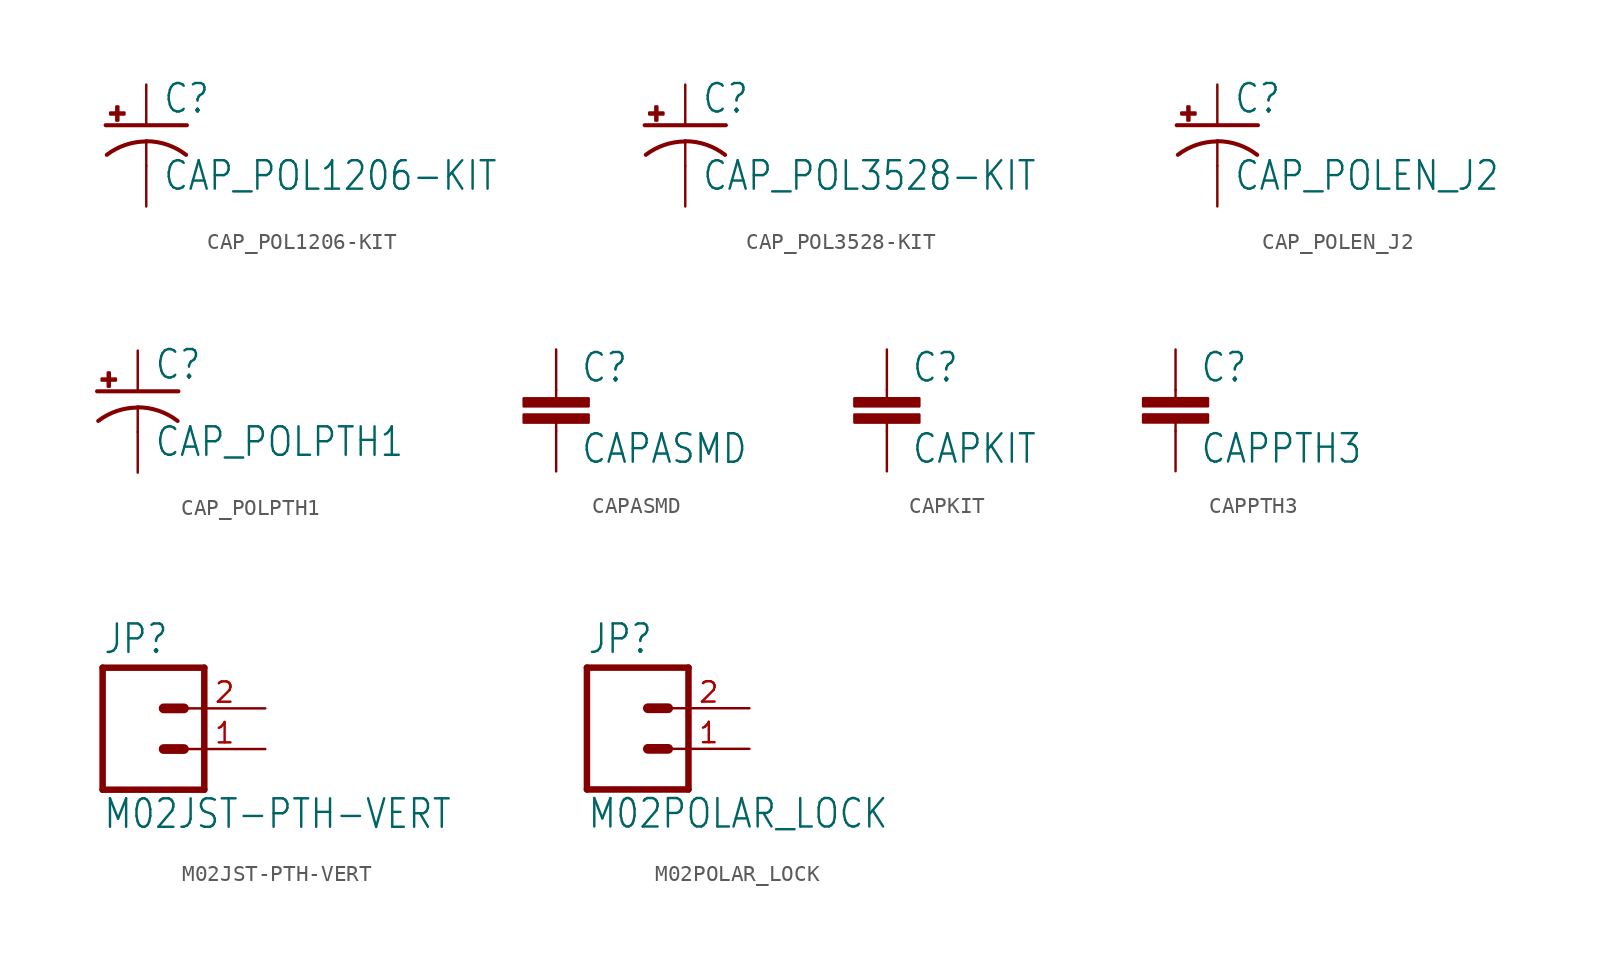
<source format=kicad_sym>
(kicad_symbol_lib
  (version 20211014)
  (generator kicad_symbol_editor)
  (symbol "CAP_POL1206-KIT"
    (property "Reference" "C"
      (at 1.016 0.635 0)
      (effects (font (size 1.778 1.511)) (justify left bottom)))
    (property "Value" "CAP_POL1206-KIT"
      (at 1.016 -4.191 0)
      (effects (font (size 1.778 1.511)) (justify left bottom)))
    (property "ki_locked" ""
      (at 0 0 0)
      (effects (font (size 1.27 1.27))))
    (symbol "CAP_POL1206-KIT_1_0"
      (rectangle (start -2.253 0.668) (end -1.364 0.795) (stroke (width 0) (type default) (color 0 0 0 0)) (fill (type outline)))
      (rectangle (start -1.872 0.287) (end -1.745 1.176) (stroke (width 0) (type default) (color 0 0 0 0)) (fill (type outline)))
      (arc (start 0 -1.0161) (mid -1.3021 -1.2302) (end -2.4669 -1.8504) (stroke (width 0.254) (type default) (color 0 0 0 0)) (fill (type none)))
      (polyline (pts (xy -2.54 0) (xy 2.54 0)) (stroke (width 0.254) (type default) (color 0 0 0 0)) (fill (type none)))
      (polyline (pts (xy 0 -1.016) (xy 0 -2.54)) (stroke (width 0.152) (type default) (color 0 0 0 0)) (fill (type none)))
      (arc (start 2.4892 -1.8542) (mid 1.3158 -1.2195) (end 0 -1) (stroke (width 0.254) (type default) (color 0 0 0 0)) (fill (type none)))
      (pin passive line (at 0 2.54 270) (length 2.54) (name "+" (effects (font (size 0 0)))) (number "A" (effects (font (size 0 0)))))
      (pin passive line (at 0 -5.08 90) (length 2.54) (name "-" (effects (font (size 0 0)))) (number "C" (effects (font (size 0 0)))))))
  (symbol "CAP_POL3528-KIT"
    (property "Reference" "C"
      (at 1.016 0.635 0)
      (effects (font (size 1.778 1.511)) (justify left bottom)))
    (property "Value" "CAP_POL3528-KIT"
      (at 1.016 -4.191 0)
      (effects (font (size 1.778 1.511)) (justify left bottom)))
    (property "ki_locked" ""
      (at 0 0 0)
      (effects (font (size 1.27 1.27))))
    (symbol "CAP_POL3528-KIT_1_0"
      (rectangle (start -2.253 0.668) (end -1.364 0.795) (stroke (width 0) (type default) (color 0 0 0 0)) (fill (type outline)))
      (rectangle (start -1.872 0.287) (end -1.745 1.176) (stroke (width 0) (type default) (color 0 0 0 0)) (fill (type outline)))
      (arc (start 0 -1.0161) (mid -1.3021 -1.2302) (end -2.4669 -1.8504) (stroke (width 0.254) (type default) (color 0 0 0 0)) (fill (type none)))
      (polyline (pts (xy -2.54 0) (xy 2.54 0)) (stroke (width 0.254) (type default) (color 0 0 0 0)) (fill (type none)))
      (polyline (pts (xy 0 -1.016) (xy 0 -2.54)) (stroke (width 0.152) (type default) (color 0 0 0 0)) (fill (type none)))
      (arc (start 2.4892 -1.8542) (mid 1.3158 -1.2195) (end 0 -1) (stroke (width 0.254) (type default) (color 0 0 0 0)) (fill (type none)))
      (pin passive line (at 0 2.54 270) (length 2.54) (name "+" (effects (font (size 0 0)))) (number "A" (effects (font (size 0 0)))))
      (pin passive line (at 0 -5.08 90) (length 2.54) (name "-" (effects (font (size 0 0)))) (number "C" (effects (font (size 0 0)))))))
  (symbol "CAP_POLEN_J2"
    (property "Reference" "C"
      (at 1.016 0.635 0)
      (effects (font (size 1.778 1.511)) (justify left bottom)))
    (property "Value" "CAP_POLEN_J2"
      (at 1.016 -4.191 0)
      (effects (font (size 1.778 1.511)) (justify left bottom)))
    (property "ki_locked" ""
      (at 0 0 0)
      (effects (font (size 1.27 1.27))))
    (symbol "CAP_POLEN_J2_1_0"
      (rectangle (start -2.253 0.668) (end -1.364 0.795) (stroke (width 0) (type default) (color 0 0 0 0)) (fill (type outline)))
      (rectangle (start -1.872 0.287) (end -1.745 1.176) (stroke (width 0) (type default) (color 0 0 0 0)) (fill (type outline)))
      (arc (start 0 -1.0161) (mid -1.3021 -1.2302) (end -2.4669 -1.8504) (stroke (width 0.254) (type default) (color 0 0 0 0)) (fill (type none)))
      (polyline (pts (xy -2.54 0) (xy 2.54 0)) (stroke (width 0.254) (type default) (color 0 0 0 0)) (fill (type none)))
      (polyline (pts (xy 0 -1.016) (xy 0 -2.54)) (stroke (width 0.152) (type default) (color 0 0 0 0)) (fill (type none)))
      (arc (start 2.4892 -1.8542) (mid 1.3158 -1.2195) (end 0 -1) (stroke (width 0.254) (type default) (color 0 0 0 0)) (fill (type none)))
      (pin passive line (at 0 2.54 270) (length 2.54) (name "+" (effects (font (size 0 0)))) (number "+" (effects (font (size 0 0)))))
      (pin passive line (at 0 -5.08 90) (length 2.54) (name "-" (effects (font (size 0 0)))) (number "-" (effects (font (size 0 0)))))))
  (symbol "CAP_POLPTH1"
    (property "Reference" "C"
      (at 1.016 0.635 0)
      (effects (font (size 1.778 1.511)) (justify left bottom)))
    (property "Value" "CAP_POLPTH1"
      (at 1.016 -4.191 0)
      (effects (font (size 1.778 1.511)) (justify left bottom)))
    (property "ki_locked" ""
      (at 0 0 0)
      (effects (font (size 1.27 1.27))))
    (symbol "CAP_POLPTH1_1_0"
      (rectangle (start -2.253 0.668) (end -1.364 0.795) (stroke (width 0) (type default) (color 0 0 0 0)) (fill (type outline)))
      (rectangle (start -1.872 0.287) (end -1.745 1.176) (stroke (width 0) (type default) (color 0 0 0 0)) (fill (type outline)))
      (arc (start 0 -1.0161) (mid -1.3021 -1.2302) (end -2.4669 -1.8504) (stroke (width 0.254) (type default) (color 0 0 0 0)) (fill (type none)))
      (polyline (pts (xy -2.54 0) (xy 2.54 0)) (stroke (width 0.254) (type default) (color 0 0 0 0)) (fill (type none)))
      (polyline (pts (xy 0 -1.016) (xy 0 -2.54)) (stroke (width 0.152) (type default) (color 0 0 0 0)) (fill (type none)))
      (arc (start 2.4892 -1.8542) (mid 1.3158 -1.2195) (end 0 -1) (stroke (width 0.254) (type default) (color 0 0 0 0)) (fill (type none)))
      (pin passive line (at 0 2.54 270) (length 2.54) (name "+" (effects (font (size 0 0)))) (number "1" (effects (font (size 0 0)))))
      (pin passive line (at 0 -5.08 90) (length 2.54) (name "-" (effects (font (size 0 0)))) (number "2" (effects (font (size 0 0)))))))
  (symbol "CAPASMD"
    (property "Reference" "C"
      (at 1.524 2.921 0)
      (effects (font (size 1.778 1.511)) (justify left bottom)))
    (property "Value" "CAPASMD"
      (at 1.524 -2.159 0)
      (effects (font (size 1.778 1.511)) (justify left bottom)))
    (property "ki_locked" ""
      (at 0 0 0)
      (effects (font (size 1.27 1.27))))
    (symbol "CAPASMD_1_0"
      (rectangle (start -2.032 0.508) (end 2.032 1.016) (stroke (width 0) (type default) (color 0 0 0 0)) (fill (type outline)))
      (rectangle (start -2.032 1.524) (end 2.032 2.032) (stroke (width 0) (type default) (color 0 0 0 0)) (fill (type outline)))
      (polyline (pts (xy 0 0) (xy 0 0.508)) (stroke (width 0.152) (type default) (color 0 0 0 0)) (fill (type none)))
      (polyline (pts (xy 0 2.54) (xy 0 2.032)) (stroke (width 0.152) (type default) (color 0 0 0 0)) (fill (type none)))
      (pin passive line (at 0 5.08 270) (length 2.54) (name "1" (effects (font (size 0 0)))) (number "+" (effects (font (size 0 0)))))
      (pin passive line (at 0 -2.54 90) (length 2.54) (name "2" (effects (font (size 0 0)))) (number "-" (effects (font (size 0 0)))))))
  (symbol "CAPKIT"
    (property "Reference" "C"
      (at 1.524 2.921 0)
      (effects (font (size 1.778 1.511)) (justify left bottom)))
    (property "Value" "CAPKIT"
      (at 1.524 -2.159 0)
      (effects (font (size 1.778 1.511)) (justify left bottom)))
    (property "ki_locked" ""
      (at 0 0 0)
      (effects (font (size 1.27 1.27))))
    (symbol "CAPKIT_1_0"
      (rectangle (start -2.032 0.508) (end 2.032 1.016) (stroke (width 0) (type default) (color 0 0 0 0)) (fill (type outline)))
      (rectangle (start -2.032 1.524) (end 2.032 2.032) (stroke (width 0) (type default) (color 0 0 0 0)) (fill (type outline)))
      (polyline (pts (xy 0 0) (xy 0 0.508)) (stroke (width 0.152) (type default) (color 0 0 0 0)) (fill (type none)))
      (polyline (pts (xy 0 2.54) (xy 0 2.032)) (stroke (width 0.152) (type default) (color 0 0 0 0)) (fill (type none)))
      (pin passive line (at 0 5.08 270) (length 2.54) (name "1" (effects (font (size 0 0)))) (number "1" (effects (font (size 0 0)))))
      (pin passive line (at 0 -2.54 90) (length 2.54) (name "2" (effects (font (size 0 0)))) (number "2" (effects (font (size 0 0)))))))
  (symbol "CAPPTH3"
    (property "Reference" "C"
      (at 1.524 2.921 0)
      (effects (font (size 1.778 1.511)) (justify left bottom)))
    (property "Value" "CAPPTH3"
      (at 1.524 -2.159 0)
      (effects (font (size 1.778 1.511)) (justify left bottom)))
    (property "ki_locked" ""
      (at 0 0 0)
      (effects (font (size 1.27 1.27))))
    (symbol "CAPPTH3_1_0"
      (rectangle (start -2.032 0.508) (end 2.032 1.016) (stroke (width 0) (type default) (color 0 0 0 0)) (fill (type outline)))
      (rectangle (start -2.032 1.524) (end 2.032 2.032) (stroke (width 0) (type default) (color 0 0 0 0)) (fill (type outline)))
      (polyline (pts (xy 0 0) (xy 0 0.508)) (stroke (width 0.152) (type default) (color 0 0 0 0)) (fill (type none)))
      (polyline (pts (xy 0 2.54) (xy 0 2.032)) (stroke (width 0.152) (type default) (color 0 0 0 0)) (fill (type none)))
      (pin passive line (at 0 5.08 270) (length 2.54) (name "1" (effects (font (size 0 0)))) (number "1" (effects (font (size 0 0)))))
      (pin passive line (at 0 -2.54 90) (length 2.54) (name "2" (effects (font (size 0 0)))) (number "2" (effects (font (size 0 0)))))))
  (symbol "M02JST-PTH-VERT"
    (property "Reference" "JP"
      (at -2.54 5.842 0)
      (effects (font (size 1.778 1.511)) (justify left bottom)))
    (property "Value" "M02JST-PTH-VERT"
      (at -2.54 -5.08 0)
      (effects (font (size 1.778 1.511)) (justify left bottom)))
    (property "ki_locked" ""
      (at 0 0 0)
      (effects (font (size 1.27 1.27))))
    (symbol "M02JST-PTH-VERT_1_0"
      (polyline (pts (xy -2.54 5.08) (xy -2.54 -2.54)) (stroke (width 0.406) (type default) (color 0 0 0 0)) (fill (type none)))
      (polyline (pts (xy -2.54 5.08) (xy 3.81 5.08)) (stroke (width 0.406) (type default) (color 0 0 0 0)) (fill (type none)))
      (polyline (pts (xy 1.27 0) (xy 2.54 0)) (stroke (width 0.61) (type default) (color 0 0 0 0)) (fill (type none)))
      (polyline (pts (xy 1.27 2.54) (xy 2.54 2.54)) (stroke (width 0.61) (type default) (color 0 0 0 0)) (fill (type none)))
      (polyline (pts (xy 3.81 -2.54) (xy -2.54 -2.54)) (stroke (width 0.406) (type default) (color 0 0 0 0)) (fill (type none)))
      (polyline (pts (xy 3.81 -2.54) (xy 3.81 5.08)) (stroke (width 0.406) (type default) (color 0 0 0 0)) (fill (type none)))
      (pin passive line (at 7.62 0 180) (length 5.08) (name "1" (effects (font (size 0 0)))) (number "1" (effects (font (size 1.27 1.27)))))
      (pin passive line (at 7.62 2.54 180) (length 5.08) (name "2" (effects (font (size 0 0)))) (number "2" (effects (font (size 1.27 1.27)))))))
  (symbol "M02POLAR_LOCK"
    (property "Reference" "JP"
      (at -2.54 5.842 0)
      (effects (font (size 1.778 1.511)) (justify left bottom)))
    (property "Value" "M02POLAR_LOCK"
      (at -2.54 -5.08 0)
      (effects (font (size 1.778 1.511)) (justify left bottom)))
    (property "ki_locked" ""
      (at 0 0 0)
      (effects (font (size 1.27 1.27))))
    (symbol "M02POLAR_LOCK_1_0"
      (polyline (pts (xy -2.54 5.08) (xy -2.54 -2.54)) (stroke (width 0.406) (type default) (color 0 0 0 0)) (fill (type none)))
      (polyline (pts (xy -2.54 5.08) (xy 3.81 5.08)) (stroke (width 0.406) (type default) (color 0 0 0 0)) (fill (type none)))
      (polyline (pts (xy 1.27 0) (xy 2.54 0)) (stroke (width 0.61) (type default) (color 0 0 0 0)) (fill (type none)))
      (polyline (pts (xy 1.27 2.54) (xy 2.54 2.54)) (stroke (width 0.61) (type default) (color 0 0 0 0)) (fill (type none)))
      (polyline (pts (xy 3.81 -2.54) (xy -2.54 -2.54)) (stroke (width 0.406) (type default) (color 0 0 0 0)) (fill (type none)))
      (polyline (pts (xy 3.81 -2.54) (xy 3.81 5.08)) (stroke (width 0.406) (type default) (color 0 0 0 0)) (fill (type none)))
      (pin passive line (at 7.62 0 180) (length 5.08) (name "1" (effects (font (size 0 0)))) (number "1" (effects (font (size 1.27 1.27)))))
      (pin passive line (at 7.62 2.54 180) (length 5.08) (name "2" (effects (font (size 0 0)))) (number "2" (effects (font (size 1.27 1.27))))))))
</source>
